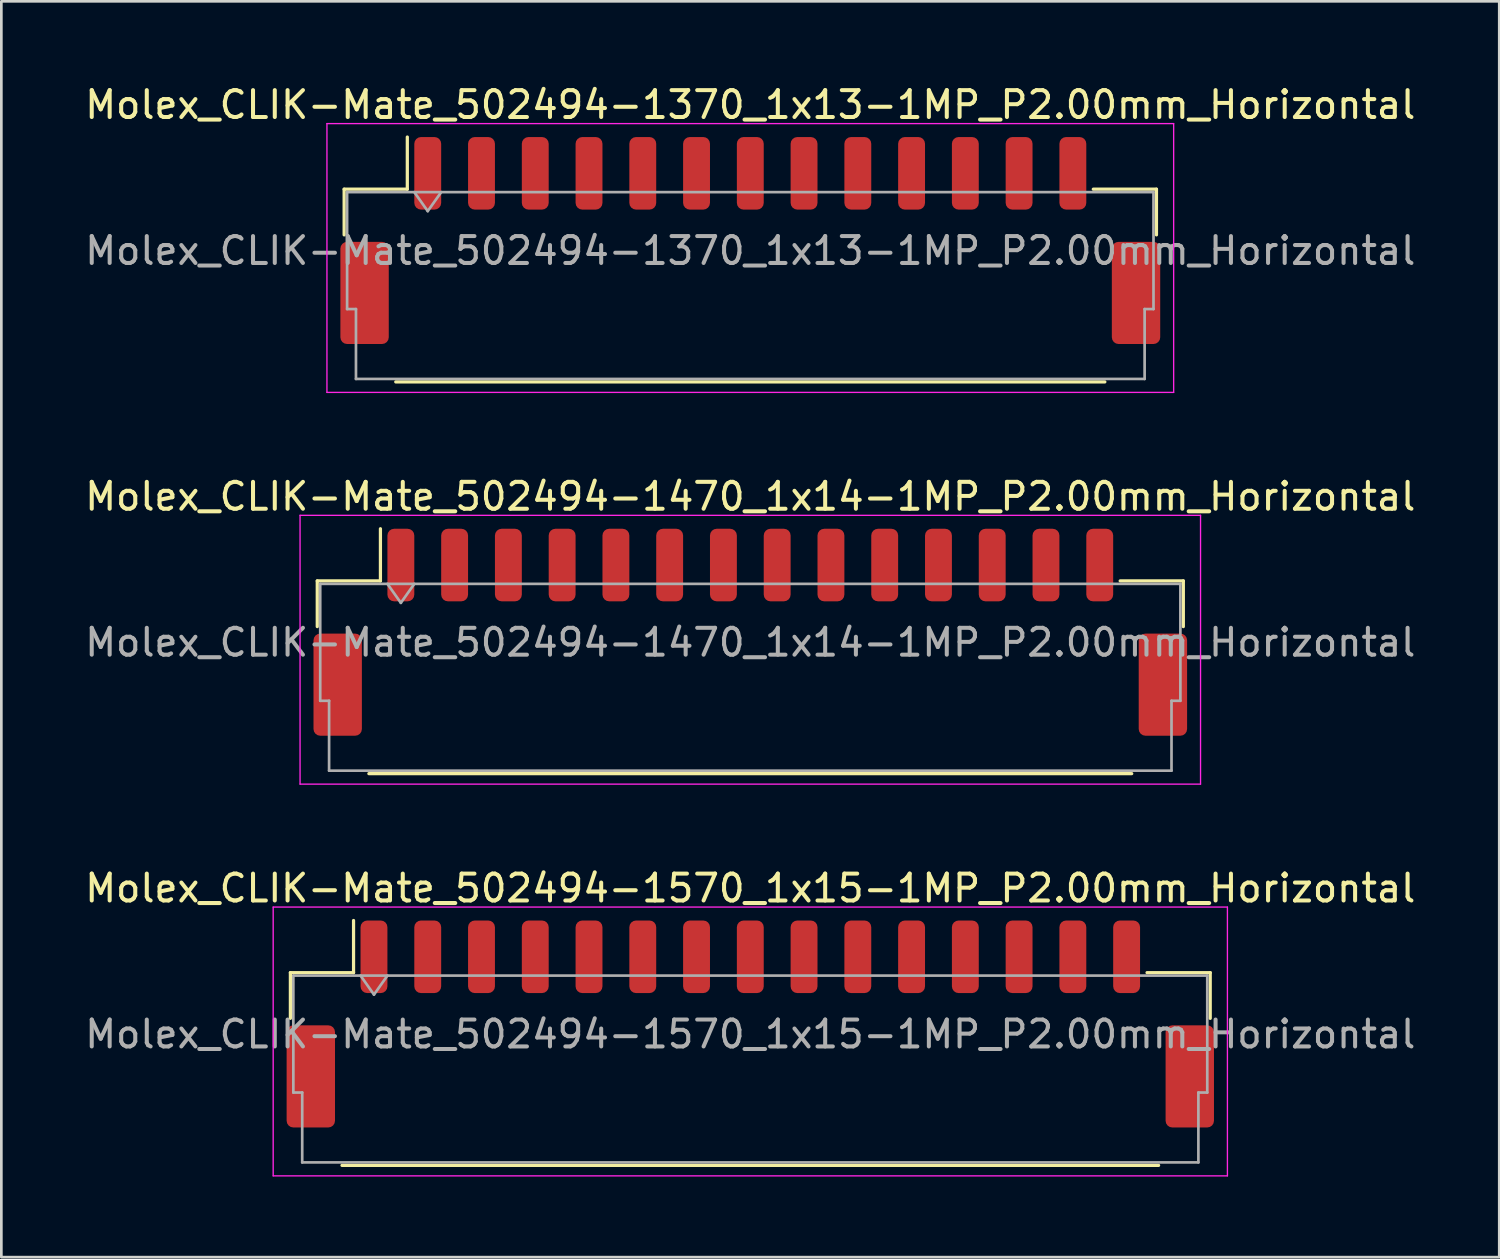
<source format=kicad_pcb>
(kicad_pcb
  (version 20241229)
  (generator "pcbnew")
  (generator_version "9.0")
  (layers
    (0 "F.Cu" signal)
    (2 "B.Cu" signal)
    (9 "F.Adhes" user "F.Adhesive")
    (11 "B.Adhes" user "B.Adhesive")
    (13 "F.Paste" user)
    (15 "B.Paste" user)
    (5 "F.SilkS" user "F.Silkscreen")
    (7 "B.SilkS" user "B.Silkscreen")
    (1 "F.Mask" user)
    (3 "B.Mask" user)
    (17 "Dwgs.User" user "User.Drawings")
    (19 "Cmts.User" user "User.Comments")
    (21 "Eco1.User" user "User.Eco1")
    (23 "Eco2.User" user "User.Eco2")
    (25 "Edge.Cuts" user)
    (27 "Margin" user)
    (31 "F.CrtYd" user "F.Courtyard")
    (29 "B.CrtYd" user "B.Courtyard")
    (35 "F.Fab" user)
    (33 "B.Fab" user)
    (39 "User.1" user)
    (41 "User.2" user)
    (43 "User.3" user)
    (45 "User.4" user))
  (footprint "Molex_CLIK-Mate_502494-1470_1x14-1MP_P2.00mm_Horizontal"
    (layer "F.Cu")
    (at 24.863 20.471)
    (property "Reference" "Molex_CLIK-Mate_502494-1470_1x14-1MP_P2.00mm_Horizontal" (at 0 -5.05 0) (layer "F.SilkS") (effects (font (size 1 1) (thickness 0.15))))
    (attr smd)
    (fp_line (start -16.11 -1.91) (end -13.76 -1.91) (stroke (width 0.12) (type solid)) (layer "F.SilkS"))
    (fp_line (start -16.11 -0.21) (end -16.11 -1.91) (stroke (width 0.12) (type solid)) (layer "F.SilkS"))
    (fp_line (start -14.19 5.26) (end 14.19 5.26) (stroke (width 0.12) (type solid)) (layer "F.SilkS"))
    (fp_line (start -13.76 -1.91) (end -13.76 -3.85) (stroke (width 0.12) (type solid)) (layer "F.SilkS"))
    (fp_line (start 16.11 -1.91) (end 13.76 -1.91) (stroke (width 0.12) (type solid)) (layer "F.SilkS"))
    (fp_line (start 16.11 -0.21) (end 16.11 -1.91) (stroke (width 0.12) (type solid)) (layer "F.SilkS"))
    (fp_line (start -16.75 -4.35) (end -16.75 5.65) (stroke (width 0.05) (type solid)) (layer "F.CrtYd"))
    (fp_line (start -16.75 5.65) (end 16.75 5.65) (stroke (width 0.05) (type solid)) (layer "F.CrtYd"))
    (fp_line (start 16.75 -4.35) (end -16.75 -4.35) (stroke (width 0.05) (type solid)) (layer "F.CrtYd"))
    (fp_line (start 16.75 5.65) (end 16.75 -4.35) (stroke (width 0.05) (type solid)) (layer "F.CrtYd"))
    (fp_line (start -16 -1.8) (end -16 2.55) (stroke (width 0.1) (type solid)) (layer "F.Fab"))
    (fp_line (start -16 -1.8) (end 16 -1.8) (stroke (width 0.1) (type solid)) (layer "F.Fab"))
    (fp_line (start -16 2.55) (end -15.67 2.55) (stroke (width 0.1) (type solid)) (layer "F.Fab"))
    (fp_line (start -15.67 2.55) (end -15.67 5.15) (stroke (width 0.1) (type solid)) (layer "F.Fab"))
    (fp_line (start -15.67 5.15) (end 15.67 5.15) (stroke (width 0.1) (type solid)) (layer "F.Fab"))
    (fp_line (start -13.5 -1.8) (end -13 -1.093) (stroke (width 0.1) (type solid)) (layer "F.Fab"))
    (fp_line (start -13 -1.093) (end -12.5 -1.8) (stroke (width 0.1) (type solid)) (layer "F.Fab"))
    (fp_line (start 15.67 2.55) (end 16 2.55) (stroke (width 0.1) (type solid)) (layer "F.Fab"))
    (fp_line (start 15.67 5.15) (end 15.67 2.55) (stroke (width 0.1) (type solid)) (layer "F.Fab"))
    (fp_line (start 16 -1.8) (end 16 2.55) (stroke (width 0.1) (type solid)) (layer "F.Fab"))
    (fp_text user "${REFERENCE}" (at 0 0.38 0) (layer "F.Fab") (effects (font (size 1 1) (thickness 0.15))))
    (pad "1" smd roundrect (at -13 -2.5) (size 1 2.7) (layers "F.Cu" "F.Mask" "F.Paste") (roundrect_rratio 0.25))
    (pad "2" smd roundrect (at -11 -2.5) (size 1 2.7) (layers "F.Cu" "F.Mask" "F.Paste") (roundrect_rratio 0.25))
    (pad "3" smd roundrect (at -9 -2.5) (size 1 2.7) (layers "F.Cu" "F.Mask" "F.Paste") (roundrect_rratio 0.25))
    (pad "4" smd roundrect (at -7 -2.5) (size 1 2.7) (layers "F.Cu" "F.Mask" "F.Paste") (roundrect_rratio 0.25))
    (pad "5" smd roundrect (at -5 -2.5) (size 1 2.7) (layers "F.Cu" "F.Mask" "F.Paste") (roundrect_rratio 0.25))
    (pad "6" smd roundrect (at -3 -2.5) (size 1 2.7) (layers "F.Cu" "F.Mask" "F.Paste") (roundrect_rratio 0.25))
    (pad "7" smd roundrect (at -1 -2.5) (size 1 2.7) (layers "F.Cu" "F.Mask" "F.Paste") (roundrect_rratio 0.25))
    (pad "8" smd roundrect (at 1 -2.5) (size 1 2.7) (layers "F.Cu" "F.Mask" "F.Paste") (roundrect_rratio 0.25))
    (pad "9" smd roundrect (at 3 -2.5) (size 1 2.7) (layers "F.Cu" "F.Mask" "F.Paste") (roundrect_rratio 0.25))
    (pad "10" smd roundrect (at 5 -2.5) (size 1 2.7) (layers "F.Cu" "F.Mask" "F.Paste") (roundrect_rratio 0.25))
    (pad "11" smd roundrect (at 7 -2.5) (size 1 2.7) (layers "F.Cu" "F.Mask" "F.Paste") (roundrect_rratio 0.25))
    (pad "12" smd roundrect (at 9 -2.5) (size 1 2.7) (layers "F.Cu" "F.Mask" "F.Paste") (roundrect_rratio 0.25))
    (pad "13" smd roundrect (at 11 -2.5) (size 1 2.7) (layers "F.Cu" "F.Mask" "F.Paste") (roundrect_rratio 0.25))
    (pad "14" smd roundrect (at 13 -2.5) (size 1 2.7) (layers "F.Cu" "F.Mask" "F.Paste") (roundrect_rratio 0.25))
    (pad "MP" smd roundrect (at -15.35 1.95) (size 1.8 3.8) (layers "F.Cu" "F.Mask" "F.Paste") (roundrect_rratio 0.139))
    (pad "MP" smd roundrect (at 15.35 1.95) (size 1.8 3.8) (layers "F.Cu" "F.Mask" "F.Paste") (roundrect_rratio 0.139)))
  (footprint "Molex_CLIK-Mate_502494-1370_1x13-1MP_P2.00mm_Horizontal"
    (layer "F.Cu")
    (at 24.863 5.898)
    (property "Reference" "Molex_CLIK-Mate_502494-1370_1x13-1MP_P2.00mm_Horizontal" (at 0 -5.05 0) (layer "F.SilkS") (effects (font (size 1 1) (thickness 0.15))))
    (attr smd)
    (fp_line (start -15.11 -1.91) (end -12.76 -1.91) (stroke (width 0.12) (type solid)) (layer "F.SilkS"))
    (fp_line (start -15.11 -0.21) (end -15.11 -1.91) (stroke (width 0.12) (type solid)) (layer "F.SilkS"))
    (fp_line (start -13.19 5.26) (end 13.19 5.26) (stroke (width 0.12) (type solid)) (layer "F.SilkS"))
    (fp_line (start -12.76 -1.91) (end -12.76 -3.85) (stroke (width 0.12) (type solid)) (layer "F.SilkS"))
    (fp_line (start 15.11 -1.91) (end 12.76 -1.91) (stroke (width 0.12) (type solid)) (layer "F.SilkS"))
    (fp_line (start 15.11 -0.21) (end 15.11 -1.91) (stroke (width 0.12) (type solid)) (layer "F.SilkS"))
    (fp_line (start -15.75 -4.35) (end -15.75 5.65) (stroke (width 0.05) (type solid)) (layer "F.CrtYd"))
    (fp_line (start -15.75 5.65) (end 15.75 5.65) (stroke (width 0.05) (type solid)) (layer "F.CrtYd"))
    (fp_line (start 15.75 -4.35) (end -15.75 -4.35) (stroke (width 0.05) (type solid)) (layer "F.CrtYd"))
    (fp_line (start 15.75 5.65) (end 15.75 -4.35) (stroke (width 0.05) (type solid)) (layer "F.CrtYd"))
    (fp_line (start -15 -1.8) (end -15 2.55) (stroke (width 0.1) (type solid)) (layer "F.Fab"))
    (fp_line (start -15 -1.8) (end 15 -1.8) (stroke (width 0.1) (type solid)) (layer "F.Fab"))
    (fp_line (start -15 2.55) (end -14.67 2.55) (stroke (width 0.1) (type solid)) (layer "F.Fab"))
    (fp_line (start -14.67 2.55) (end -14.67 5.15) (stroke (width 0.1) (type solid)) (layer "F.Fab"))
    (fp_line (start -14.67 5.15) (end 14.67 5.15) (stroke (width 0.1) (type solid)) (layer "F.Fab"))
    (fp_line (start -12.5 -1.8) (end -12 -1.093) (stroke (width 0.1) (type solid)) (layer "F.Fab"))
    (fp_line (start -12 -1.093) (end -11.5 -1.8) (stroke (width 0.1) (type solid)) (layer "F.Fab"))
    (fp_line (start 14.67 2.55) (end 15 2.55) (stroke (width 0.1) (type solid)) (layer "F.Fab"))
    (fp_line (start 14.67 5.15) (end 14.67 2.55) (stroke (width 0.1) (type solid)) (layer "F.Fab"))
    (fp_line (start 15 -1.8) (end 15 2.55) (stroke (width 0.1) (type solid)) (layer "F.Fab"))
    (fp_text user "${REFERENCE}" (at 0 0.38 0) (layer "F.Fab") (effects (font (size 1 1) (thickness 0.15))))
    (pad "1" smd roundrect (at -12 -2.5) (size 1 2.7) (layers "F.Cu" "F.Mask" "F.Paste") (roundrect_rratio 0.25))
    (pad "2" smd roundrect (at -10 -2.5) (size 1 2.7) (layers "F.Cu" "F.Mask" "F.Paste") (roundrect_rratio 0.25))
    (pad "3" smd roundrect (at -8 -2.5) (size 1 2.7) (layers "F.Cu" "F.Mask" "F.Paste") (roundrect_rratio 0.25))
    (pad "4" smd roundrect (at -6 -2.5) (size 1 2.7) (layers "F.Cu" "F.Mask" "F.Paste") (roundrect_rratio 0.25))
    (pad "5" smd roundrect (at -4 -2.5) (size 1 2.7) (layers "F.Cu" "F.Mask" "F.Paste") (roundrect_rratio 0.25))
    (pad "6" smd roundrect (at -2 -2.5) (size 1 2.7) (layers "F.Cu" "F.Mask" "F.Paste") (roundrect_rratio 0.25))
    (pad "7" smd roundrect (at 0 -2.5) (size 1 2.7) (layers "F.Cu" "F.Mask" "F.Paste") (roundrect_rratio 0.25))
    (pad "8" smd roundrect (at 2 -2.5) (size 1 2.7) (layers "F.Cu" "F.Mask" "F.Paste") (roundrect_rratio 0.25))
    (pad "9" smd roundrect (at 4 -2.5) (size 1 2.7) (layers "F.Cu" "F.Mask" "F.Paste") (roundrect_rratio 0.25))
    (pad "10" smd roundrect (at 6 -2.5) (size 1 2.7) (layers "F.Cu" "F.Mask" "F.Paste") (roundrect_rratio 0.25))
    (pad "11" smd roundrect (at 8 -2.5) (size 1 2.7) (layers "F.Cu" "F.Mask" "F.Paste") (roundrect_rratio 0.25))
    (pad "12" smd roundrect (at 10 -2.5) (size 1 2.7) (layers "F.Cu" "F.Mask" "F.Paste") (roundrect_rratio 0.25))
    (pad "13" smd roundrect (at 12 -2.5) (size 1 2.7) (layers "F.Cu" "F.Mask" "F.Paste") (roundrect_rratio 0.25))
    (pad "MP" smd roundrect (at -14.35 1.95) (size 1.8 3.8) (layers "F.Cu" "F.Mask" "F.Paste") (roundrect_rratio 0.139))
    (pad "MP" smd roundrect (at 14.35 1.95) (size 1.8 3.8) (layers "F.Cu" "F.Mask" "F.Paste") (roundrect_rratio 0.139)))
  (footprint "Molex_CLIK-Mate_502494-1570_1x15-1MP_P2.00mm_Horizontal"
    (layer "F.Cu")
    (at 24.863 35.045)
    (property "Reference" "Molex_CLIK-Mate_502494-1570_1x15-1MP_P2.00mm_Horizontal" (at 0 -5.05 0) (layer "F.SilkS") (effects (font (size 1 1) (thickness 0.15))))
    (attr smd)
    (fp_line (start -17.11 -1.91) (end -14.76 -1.91) (stroke (width 0.12) (type solid)) (layer "F.SilkS"))
    (fp_line (start -17.11 -0.21) (end -17.11 -1.91) (stroke (width 0.12) (type solid)) (layer "F.SilkS"))
    (fp_line (start -15.19 5.26) (end 15.19 5.26) (stroke (width 0.12) (type solid)) (layer "F.SilkS"))
    (fp_line (start -14.76 -1.91) (end -14.76 -3.85) (stroke (width 0.12) (type solid)) (layer "F.SilkS"))
    (fp_line (start 17.11 -1.91) (end 14.76 -1.91) (stroke (width 0.12) (type solid)) (layer "F.SilkS"))
    (fp_line (start 17.11 -0.21) (end 17.11 -1.91) (stroke (width 0.12) (type solid)) (layer "F.SilkS"))
    (fp_line (start -17.75 -4.35) (end -17.75 5.65) (stroke (width 0.05) (type solid)) (layer "F.CrtYd"))
    (fp_line (start -17.75 5.65) (end 17.75 5.65) (stroke (width 0.05) (type solid)) (layer "F.CrtYd"))
    (fp_line (start 17.75 -4.35) (end -17.75 -4.35) (stroke (width 0.05) (type solid)) (layer "F.CrtYd"))
    (fp_line (start 17.75 5.65) (end 17.75 -4.35) (stroke (width 0.05) (type solid)) (layer "F.CrtYd"))
    (fp_line (start -17 -1.8) (end -17 2.55) (stroke (width 0.1) (type solid)) (layer "F.Fab"))
    (fp_line (start -17 -1.8) (end 17 -1.8) (stroke (width 0.1) (type solid)) (layer "F.Fab"))
    (fp_line (start -17 2.55) (end -16.67 2.55) (stroke (width 0.1) (type solid)) (layer "F.Fab"))
    (fp_line (start -16.67 2.55) (end -16.67 5.15) (stroke (width 0.1) (type solid)) (layer "F.Fab"))
    (fp_line (start -16.67 5.15) (end 16.67 5.15) (stroke (width 0.1) (type solid)) (layer "F.Fab"))
    (fp_line (start -14.5 -1.8) (end -14 -1.093) (stroke (width 0.1) (type solid)) (layer "F.Fab"))
    (fp_line (start -14 -1.093) (end -13.5 -1.8) (stroke (width 0.1) (type solid)) (layer "F.Fab"))
    (fp_line (start 16.67 2.55) (end 17 2.55) (stroke (width 0.1) (type solid)) (layer "F.Fab"))
    (fp_line (start 16.67 5.15) (end 16.67 2.55) (stroke (width 0.1) (type solid)) (layer "F.Fab"))
    (fp_line (start 17 -1.8) (end 17 2.55) (stroke (width 0.1) (type solid)) (layer "F.Fab"))
    (fp_text user "${REFERENCE}" (at 0 0.38 0) (layer "F.Fab") (effects (font (size 1 1) (thickness 0.15))))
    (pad "1" smd roundrect (at -14 -2.5) (size 1 2.7) (layers "F.Cu" "F.Mask" "F.Paste") (roundrect_rratio 0.25))
    (pad "2" smd roundrect (at -12 -2.5) (size 1 2.7) (layers "F.Cu" "F.Mask" "F.Paste") (roundrect_rratio 0.25))
    (pad "3" smd roundrect (at -10 -2.5) (size 1 2.7) (layers "F.Cu" "F.Mask" "F.Paste") (roundrect_rratio 0.25))
    (pad "4" smd roundrect (at -8 -2.5) (size 1 2.7) (layers "F.Cu" "F.Mask" "F.Paste") (roundrect_rratio 0.25))
    (pad "5" smd roundrect (at -6 -2.5) (size 1 2.7) (layers "F.Cu" "F.Mask" "F.Paste") (roundrect_rratio 0.25))
    (pad "6" smd roundrect (at -4 -2.5) (size 1 2.7) (layers "F.Cu" "F.Mask" "F.Paste") (roundrect_rratio 0.25))
    (pad "7" smd roundrect (at -2 -2.5) (size 1 2.7) (layers "F.Cu" "F.Mask" "F.Paste") (roundrect_rratio 0.25))
    (pad "8" smd roundrect (at 0 -2.5) (size 1 2.7) (layers "F.Cu" "F.Mask" "F.Paste") (roundrect_rratio 0.25))
    (pad "9" smd roundrect (at 2 -2.5) (size 1 2.7) (layers "F.Cu" "F.Mask" "F.Paste") (roundrect_rratio 0.25))
    (pad "10" smd roundrect (at 4 -2.5) (size 1 2.7) (layers "F.Cu" "F.Mask" "F.Paste") (roundrect_rratio 0.25))
    (pad "11" smd roundrect (at 6 -2.5) (size 1 2.7) (layers "F.Cu" "F.Mask" "F.Paste") (roundrect_rratio 0.25))
    (pad "12" smd roundrect (at 8 -2.5) (size 1 2.7) (layers "F.Cu" "F.Mask" "F.Paste") (roundrect_rratio 0.25))
    (pad "13" smd roundrect (at 10 -2.5) (size 1 2.7) (layers "F.Cu" "F.Mask" "F.Paste") (roundrect_rratio 0.25))
    (pad "14" smd roundrect (at 12 -2.5) (size 1 2.7) (layers "F.Cu" "F.Mask" "F.Paste") (roundrect_rratio 0.25))
    (pad "15" smd roundrect (at 14 -2.5) (size 1 2.7) (layers "F.Cu" "F.Mask" "F.Paste") (roundrect_rratio 0.25))
    (pad "MP" smd roundrect (at -16.35 1.95) (size 1.8 3.8) (layers "F.Cu" "F.Mask" "F.Paste") (roundrect_rratio 0.139))
    (pad "MP" smd roundrect (at 16.35 1.95) (size 1.8 3.8) (layers "F.Cu" "F.Mask" "F.Paste") (roundrect_rratio 0.139)))
  (gr_rect
    (start -3 -3)
    (end 52.726 43.72)
    (stroke (width 0.1) (type default))
    (fill no)
    (layer "Edge.Cuts")))
</source>
